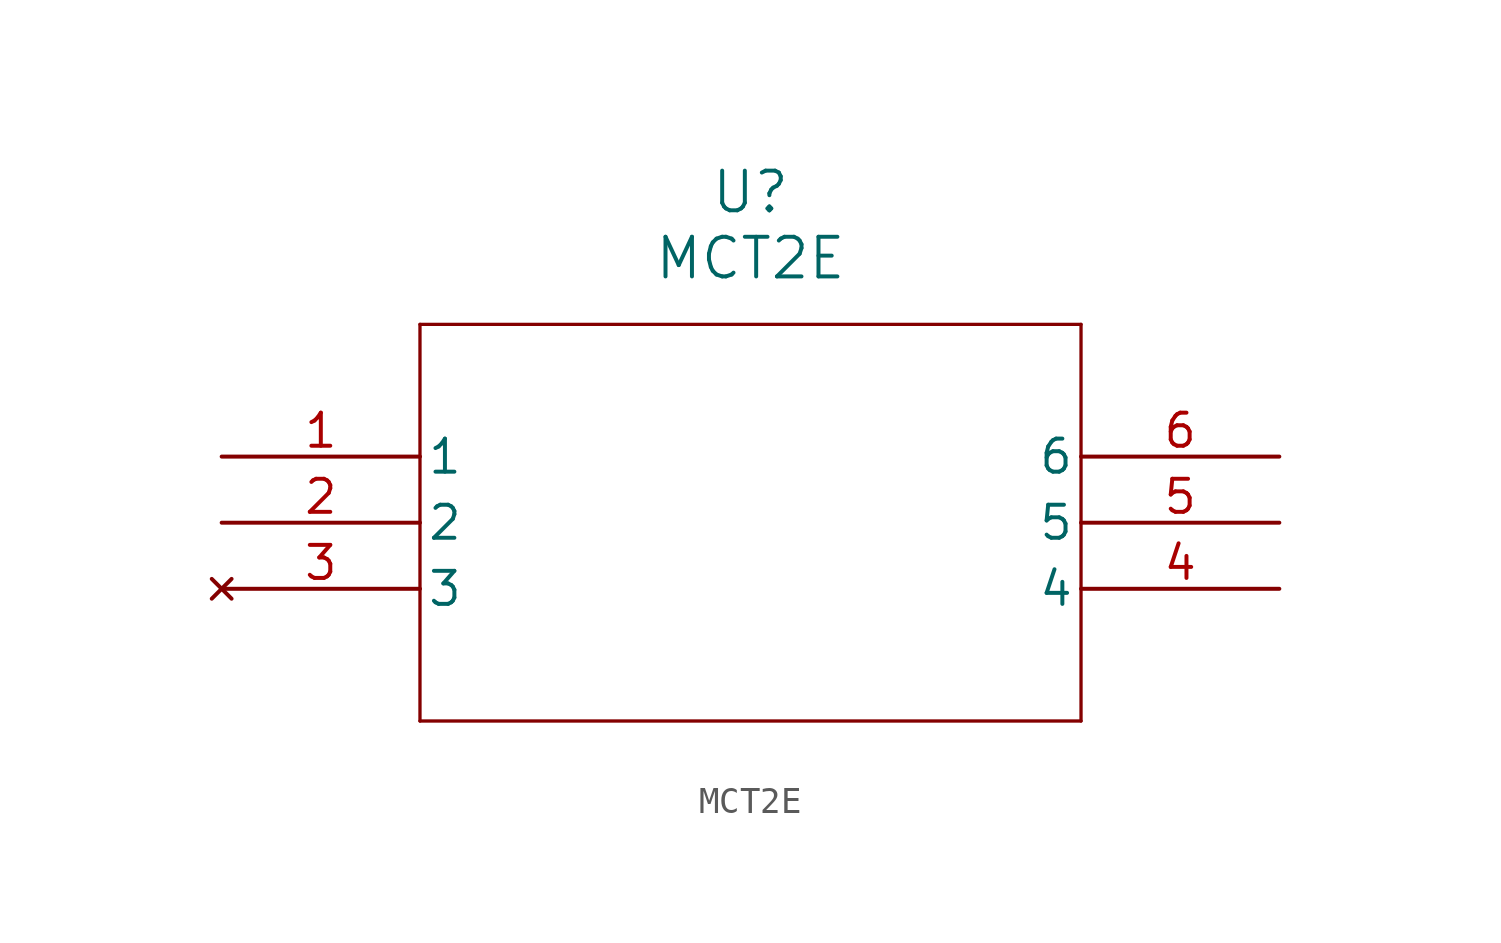
<source format=kicad_sym>
(kicad_symbol_lib
  (version 20211014)
  (generator kicad_symbol_editor)
  (symbol "MCT2E"
    (pin_names
      (offset 0.254))
    (property "Reference" "U"
      (at 20.32 10.16 0)
      (effects (font (size 1.524 1.524))))
    (property "Value" "MCT2E"
      (at 20.32 7.62 0)
      (effects (font (size 1.524 1.524))))
    (symbol "MCT2E_0_1"
      (polyline (pts (xy 7.62 5.08) (xy 7.62 -10.16)) (stroke (width 0.127) (type default) (color 0 0 0 0)) (fill (type none)))
      (polyline (pts (xy 7.62 -10.16) (xy 33.02 -10.16)) (stroke (width 0.127) (type default) (color 0 0 0 0)) (fill (type none)))
      (polyline (pts (xy 33.02 -10.16) (xy 33.02 5.08)) (stroke (width 0.127) (type default) (color 0 0 0 0)) (fill (type none)))
      (polyline (pts (xy 33.02 5.08) (xy 7.62 5.08)) (stroke (width 0.127) (type default) (color 0 0 0 0)) (fill (type none)))
      (pin unspecified line (at 0 0 0) (length 7.62) (name "1" (effects (font (size 1.27 1.27)))) (number "1" (effects (font (size 1.27 1.27)))))
      (pin unspecified line (at 0 -2.54 0) (length 7.62) (name "2" (effects (font (size 1.27 1.27)))) (number "2" (effects (font (size 1.27 1.27)))))
      (pin no_connect line (at 0 -5.08 0) (length 7.62) (name "3" (effects (font (size 1.27 1.27)))) (number "3" (effects (font (size 1.27 1.27)))))
      (pin unspecified line (at 40.64 -5.08 180) (length 7.62) (name "4" (effects (font (size 1.27 1.27)))) (number "4" (effects (font (size 1.27 1.27)))))
      (pin unspecified line (at 40.64 -2.54 180) (length 7.62) (name "5" (effects (font (size 1.27 1.27)))) (number "5" (effects (font (size 1.27 1.27)))))
      (pin unspecified line (at 40.64 0 180) (length 7.62) (name "6" (effects (font (size 1.27 1.27)))) (number "6" (effects (font (size 1.27 1.27))))))))
</source>
